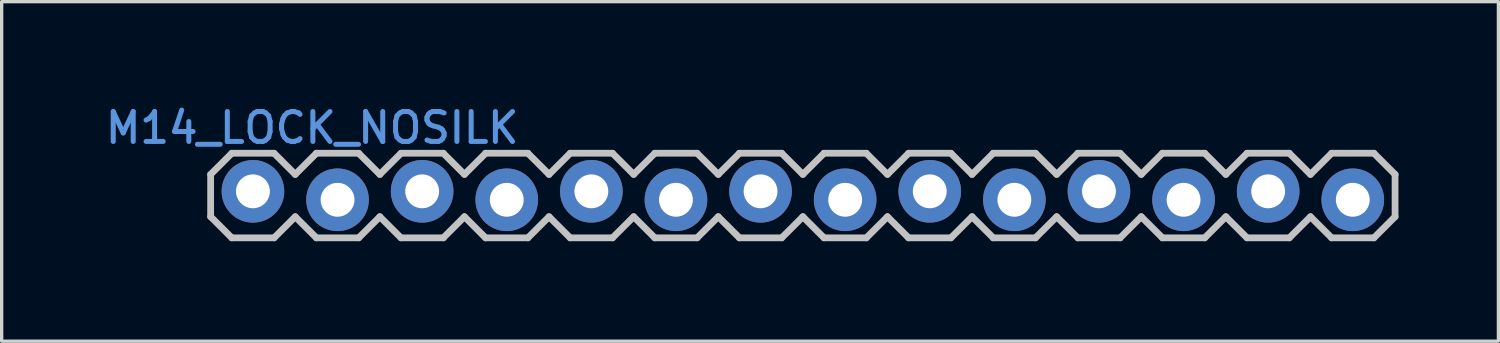
<source format=kicad_pcb>
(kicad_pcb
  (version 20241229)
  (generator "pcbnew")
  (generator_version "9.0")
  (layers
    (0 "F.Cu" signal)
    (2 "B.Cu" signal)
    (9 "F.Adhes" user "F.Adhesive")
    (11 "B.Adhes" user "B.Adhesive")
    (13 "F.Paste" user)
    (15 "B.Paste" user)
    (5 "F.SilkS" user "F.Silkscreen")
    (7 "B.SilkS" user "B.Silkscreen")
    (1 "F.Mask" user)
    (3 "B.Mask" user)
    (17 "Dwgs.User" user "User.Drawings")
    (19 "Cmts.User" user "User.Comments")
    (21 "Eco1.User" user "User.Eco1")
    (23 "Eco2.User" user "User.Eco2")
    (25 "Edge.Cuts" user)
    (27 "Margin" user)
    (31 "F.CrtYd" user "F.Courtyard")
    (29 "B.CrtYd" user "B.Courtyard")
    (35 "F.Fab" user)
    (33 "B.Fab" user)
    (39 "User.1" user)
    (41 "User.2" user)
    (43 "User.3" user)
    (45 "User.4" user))
  (footprint "M14_LOCK_NOSILK"
    (layer "F.Cu")
    (at 4.544 2.821)
    (property "Reference" "M14_LOCK_NOSILK" (at 1.778 -2.032 0) (layer "Cmts.User") (effects (font (size 0.899 0.899) (thickness 0.15))))
    (attr exclude_from_pos_files exclude_from_bom)
    (fp_line (start -1.27 -0.635) (end -1.27 0.635) (stroke (width 0.203) (type solid)) (layer "Dwgs.User"))
    (fp_line (start -1.27 0.635) (end -0.635 1.27) (stroke (width 0.203) (type solid)) (layer "Dwgs.User"))
    (fp_line (start -0.635 -1.27) (end -1.27 -0.635) (stroke (width 0.203) (type solid)) (layer "Dwgs.User"))
    (fp_line (start -0.635 -1.27) (end 0.635 -1.27) (stroke (width 0.203) (type solid)) (layer "Dwgs.User"))
    (fp_line (start -0.254 -0.254) (end 0.254 -0.254) (stroke (width 0.066) (type solid)) (layer "Dwgs.User"))
    (fp_line (start -0.254 0.254) (end -0.254 -0.254) (stroke (width 0.066) (type solid)) (layer "Dwgs.User"))
    (fp_line (start -0.254 0.254) (end 0.254 0.254) (stroke (width 0.066) (type solid)) (layer "Dwgs.User"))
    (fp_line (start 0.254 0.254) (end 0.254 -0.254) (stroke (width 0.066) (type solid)) (layer "Dwgs.User"))
    (fp_line (start 0.635 -1.27) (end 1.27 -0.635) (stroke (width 0.203) (type solid)) (layer "Dwgs.User"))
    (fp_line (start 0.635 1.27) (end -0.635 1.27) (stroke (width 0.203) (type solid)) (layer "Dwgs.User"))
    (fp_line (start 1.27 -0.635) (end 1.905 -1.27) (stroke (width 0.203) (type solid)) (layer "Dwgs.User"))
    (fp_line (start 1.27 0.635) (end 0.635 1.27) (stroke (width 0.203) (type solid)) (layer "Dwgs.User"))
    (fp_line (start 1.905 -1.27) (end 3.175 -1.27) (stroke (width 0.203) (type solid)) (layer "Dwgs.User"))
    (fp_line (start 1.905 1.27) (end 1.27 0.635) (stroke (width 0.203) (type solid)) (layer "Dwgs.User"))
    (fp_line (start 2.286 -0.254) (end 2.794 -0.254) (stroke (width 0.066) (type solid)) (layer "Dwgs.User"))
    (fp_line (start 2.286 0.254) (end 2.286 -0.254) (stroke (width 0.066) (type solid)) (layer "Dwgs.User"))
    (fp_line (start 2.286 0.254) (end 2.794 0.254) (stroke (width 0.066) (type solid)) (layer "Dwgs.User"))
    (fp_line (start 2.794 0.254) (end 2.794 -0.254) (stroke (width 0.066) (type solid)) (layer "Dwgs.User"))
    (fp_line (start 3.175 -1.27) (end 3.81 -0.635) (stroke (width 0.203) (type solid)) (layer "Dwgs.User"))
    (fp_line (start 3.175 1.27) (end 1.905 1.27) (stroke (width 0.203) (type solid)) (layer "Dwgs.User"))
    (fp_line (start 3.81 -0.635) (end 4.445 -1.27) (stroke (width 0.203) (type solid)) (layer "Dwgs.User"))
    (fp_line (start 3.81 0.635) (end 3.175 1.27) (stroke (width 0.203) (type solid)) (layer "Dwgs.User"))
    (fp_line (start 4.445 -1.27) (end 5.715 -1.27) (stroke (width 0.203) (type solid)) (layer "Dwgs.User"))
    (fp_line (start 4.445 1.27) (end 3.81 0.635) (stroke (width 0.203) (type solid)) (layer "Dwgs.User"))
    (fp_line (start 4.826 -0.254) (end 5.334 -0.254) (stroke (width 0.066) (type solid)) (layer "Dwgs.User"))
    (fp_line (start 4.826 0.254) (end 4.826 -0.254) (stroke (width 0.066) (type solid)) (layer "Dwgs.User"))
    (fp_line (start 4.826 0.254) (end 5.334 0.254) (stroke (width 0.066) (type solid)) (layer "Dwgs.User"))
    (fp_line (start 5.334 0.254) (end 5.334 -0.254) (stroke (width 0.066) (type solid)) (layer "Dwgs.User"))
    (fp_line (start 5.715 -1.27) (end 6.35 -0.635) (stroke (width 0.203) (type solid)) (layer "Dwgs.User"))
    (fp_line (start 5.715 1.27) (end 4.445 1.27) (stroke (width 0.203) (type solid)) (layer "Dwgs.User"))
    (fp_line (start 6.35 0.635) (end 5.715 1.27) (stroke (width 0.203) (type solid)) (layer "Dwgs.User"))
    (fp_line (start 6.35 0.635) (end 6.985 1.27) (stroke (width 0.203) (type solid)) (layer "Dwgs.User"))
    (fp_line (start 6.985 -1.27) (end 6.35 -0.635) (stroke (width 0.203) (type solid)) (layer "Dwgs.User"))
    (fp_line (start 6.985 -1.27) (end 8.255 -1.27) (stroke (width 0.203) (type solid)) (layer "Dwgs.User"))
    (fp_line (start 7.366 -0.254) (end 7.874 -0.254) (stroke (width 0.066) (type solid)) (layer "Dwgs.User"))
    (fp_line (start 7.366 0.254) (end 7.366 -0.254) (stroke (width 0.066) (type solid)) (layer "Dwgs.User"))
    (fp_line (start 7.366 0.254) (end 7.874 0.254) (stroke (width 0.066) (type solid)) (layer "Dwgs.User"))
    (fp_line (start 7.874 0.254) (end 7.874 -0.254) (stroke (width 0.066) (type solid)) (layer "Dwgs.User"))
    (fp_line (start 8.255 -1.27) (end 8.89 -0.635) (stroke (width 0.203) (type solid)) (layer "Dwgs.User"))
    (fp_line (start 8.255 1.27) (end 6.985 1.27) (stroke (width 0.203) (type solid)) (layer "Dwgs.User"))
    (fp_line (start 8.89 -0.635) (end 9.525 -1.27) (stroke (width 0.203) (type solid)) (layer "Dwgs.User"))
    (fp_line (start 8.89 0.635) (end 8.255 1.27) (stroke (width 0.203) (type solid)) (layer "Dwgs.User"))
    (fp_line (start 9.525 -1.27) (end 10.795 -1.27) (stroke (width 0.203) (type solid)) (layer "Dwgs.User"))
    (fp_line (start 9.525 1.27) (end 8.89 0.635) (stroke (width 0.203) (type solid)) (layer "Dwgs.User"))
    (fp_line (start 9.906 -0.254) (end 10.414 -0.254) (stroke (width 0.066) (type solid)) (layer "Dwgs.User"))
    (fp_line (start 9.906 0.254) (end 9.906 -0.254) (stroke (width 0.066) (type solid)) (layer "Dwgs.User"))
    (fp_line (start 9.906 0.254) (end 10.414 0.254) (stroke (width 0.066) (type solid)) (layer "Dwgs.User"))
    (fp_line (start 10.414 0.254) (end 10.414 -0.254) (stroke (width 0.066) (type solid)) (layer "Dwgs.User"))
    (fp_line (start 10.795 -1.27) (end 11.43 -0.635) (stroke (width 0.203) (type solid)) (layer "Dwgs.User"))
    (fp_line (start 10.795 1.27) (end 9.525 1.27) (stroke (width 0.203) (type solid)) (layer "Dwgs.User"))
    (fp_line (start 11.43 -0.635) (end 12.065 -1.27) (stroke (width 0.203) (type solid)) (layer "Dwgs.User"))
    (fp_line (start 11.43 0.635) (end 10.795 1.27) (stroke (width 0.203) (type solid)) (layer "Dwgs.User"))
    (fp_line (start 12.065 -1.27) (end 13.335 -1.27) (stroke (width 0.203) (type solid)) (layer "Dwgs.User"))
    (fp_line (start 12.065 1.27) (end 11.43 0.635) (stroke (width 0.203) (type solid)) (layer "Dwgs.User"))
    (fp_line (start 12.446 -0.254) (end 12.954 -0.254) (stroke (width 0.066) (type solid)) (layer "Dwgs.User"))
    (fp_line (start 12.446 0.254) (end 12.446 -0.254) (stroke (width 0.066) (type solid)) (layer "Dwgs.User"))
    (fp_line (start 12.446 0.254) (end 12.954 0.254) (stroke (width 0.066) (type solid)) (layer "Dwgs.User"))
    (fp_line (start 12.954 0.254) (end 12.954 -0.254) (stroke (width 0.066) (type solid)) (layer "Dwgs.User"))
    (fp_line (start 13.335 -1.27) (end 13.97 -0.635) (stroke (width 0.203) (type solid)) (layer "Dwgs.User"))
    (fp_line (start 13.335 1.27) (end 12.065 1.27) (stroke (width 0.203) (type solid)) (layer "Dwgs.User"))
    (fp_line (start 13.97 0.635) (end 13.335 1.27) (stroke (width 0.203) (type solid)) (layer "Dwgs.User"))
    (fp_line (start 13.97 0.635) (end 14.605 1.27) (stroke (width 0.203) (type solid)) (layer "Dwgs.User"))
    (fp_line (start 14.605 -1.27) (end 13.97 -0.635) (stroke (width 0.203) (type solid)) (layer "Dwgs.User"))
    (fp_line (start 14.605 -1.27) (end 15.875 -1.27) (stroke (width 0.203) (type solid)) (layer "Dwgs.User"))
    (fp_line (start 14.986 -0.254) (end 15.494 -0.254) (stroke (width 0.066) (type solid)) (layer "Dwgs.User"))
    (fp_line (start 14.986 0.254) (end 14.986 -0.254) (stroke (width 0.066) (type solid)) (layer "Dwgs.User"))
    (fp_line (start 14.986 0.254) (end 15.494 0.254) (stroke (width 0.066) (type solid)) (layer "Dwgs.User"))
    (fp_line (start 15.494 0.254) (end 15.494 -0.254) (stroke (width 0.066) (type solid)) (layer "Dwgs.User"))
    (fp_line (start 15.875 -1.27) (end 16.51 -0.635) (stroke (width 0.203) (type solid)) (layer "Dwgs.User"))
    (fp_line (start 15.875 1.27) (end 14.605 1.27) (stroke (width 0.203) (type solid)) (layer "Dwgs.User"))
    (fp_line (start 16.51 0.635) (end 15.875 1.27) (stroke (width 0.203) (type solid)) (layer "Dwgs.User"))
    (fp_line (start 16.51 0.635) (end 17.145 1.27) (stroke (width 0.203) (type solid)) (layer "Dwgs.User"))
    (fp_line (start 17.145 -1.27) (end 16.51 -0.635) (stroke (width 0.203) (type solid)) (layer "Dwgs.User"))
    (fp_line (start 17.145 -1.27) (end 18.415 -1.27) (stroke (width 0.203) (type solid)) (layer "Dwgs.User"))
    (fp_line (start 17.523 -0.254) (end 18.034 -0.254) (stroke (width 0.066) (type solid)) (layer "Dwgs.User"))
    (fp_line (start 17.523 0.254) (end 17.523 -0.254) (stroke (width 0.066) (type solid)) (layer "Dwgs.User"))
    (fp_line (start 17.523 0.254) (end 18.034 0.254) (stroke (width 0.066) (type solid)) (layer "Dwgs.User"))
    (fp_line (start 18.034 0.254) (end 18.034 -0.254) (stroke (width 0.066) (type solid)) (layer "Dwgs.User"))
    (fp_line (start 18.415 -1.27) (end 19.05 -0.635) (stroke (width 0.203) (type solid)) (layer "Dwgs.User"))
    (fp_line (start 18.415 1.27) (end 17.145 1.27) (stroke (width 0.203) (type solid)) (layer "Dwgs.User"))
    (fp_line (start 19.05 -0.635) (end 19.685 -1.27) (stroke (width 0.203) (type solid)) (layer "Dwgs.User"))
    (fp_line (start 19.05 0.635) (end 18.415 1.27) (stroke (width 0.203) (type solid)) (layer "Dwgs.User"))
    (fp_line (start 19.685 -1.27) (end 20.955 -1.27) (stroke (width 0.203) (type solid)) (layer "Dwgs.User"))
    (fp_line (start 19.685 1.27) (end 19.05 0.635) (stroke (width 0.203) (type solid)) (layer "Dwgs.User"))
    (fp_line (start 20.066 -0.254) (end 20.574 -0.254) (stroke (width 0.066) (type solid)) (layer "Dwgs.User"))
    (fp_line (start 20.066 0.254) (end 20.066 -0.254) (stroke (width 0.066) (type solid)) (layer "Dwgs.User"))
    (fp_line (start 20.066 0.254) (end 20.574 0.254) (stroke (width 0.066) (type solid)) (layer "Dwgs.User"))
    (fp_line (start 20.574 0.254) (end 20.574 -0.254) (stroke (width 0.066) (type solid)) (layer "Dwgs.User"))
    (fp_line (start 20.955 -1.27) (end 21.59 -0.635) (stroke (width 0.203) (type solid)) (layer "Dwgs.User"))
    (fp_line (start 20.955 1.27) (end 19.685 1.27) (stroke (width 0.203) (type solid)) (layer "Dwgs.User"))
    (fp_line (start 21.59 -0.635) (end 22.225 -1.27) (stroke (width 0.203) (type solid)) (layer "Dwgs.User"))
    (fp_line (start 21.59 0.635) (end 20.955 1.27) (stroke (width 0.203) (type solid)) (layer "Dwgs.User"))
    (fp_line (start 22.225 -1.27) (end 23.495 -1.27) (stroke (width 0.203) (type solid)) (layer "Dwgs.User"))
    (fp_line (start 22.225 1.27) (end 21.59 0.635) (stroke (width 0.203) (type solid)) (layer "Dwgs.User"))
    (fp_line (start 22.606 -0.254) (end 23.114 -0.254) (stroke (width 0.066) (type solid)) (layer "Dwgs.User"))
    (fp_line (start 22.606 0.254) (end 22.606 -0.254) (stroke (width 0.066) (type solid)) (layer "Dwgs.User"))
    (fp_line (start 22.606 0.254) (end 23.114 0.254) (stroke (width 0.066) (type solid)) (layer "Dwgs.User"))
    (fp_line (start 23.114 0.254) (end 23.114 -0.254) (stroke (width 0.066) (type solid)) (layer "Dwgs.User"))
    (fp_line (start 23.495 -1.27) (end 24.13 -0.635) (stroke (width 0.203) (type solid)) (layer "Dwgs.User"))
    (fp_line (start 23.495 1.27) (end 22.225 1.27) (stroke (width 0.203) (type solid)) (layer "Dwgs.User"))
    (fp_line (start 24.13 0.635) (end 23.495 1.27) (stroke (width 0.203) (type solid)) (layer "Dwgs.User"))
    (fp_line (start 24.13 0.635) (end 24.765 1.27) (stroke (width 0.203) (type solid)) (layer "Dwgs.User"))
    (fp_line (start 24.765 -1.27) (end 24.13 -0.635) (stroke (width 0.203) (type solid)) (layer "Dwgs.User"))
    (fp_line (start 24.765 -1.27) (end 26.035 -1.27) (stroke (width 0.203) (type solid)) (layer "Dwgs.User"))
    (fp_line (start 25.146 -0.254) (end 25.654 -0.254) (stroke (width 0.066) (type solid)) (layer "Dwgs.User"))
    (fp_line (start 25.146 0.254) (end 25.146 -0.254) (stroke (width 0.066) (type solid)) (layer "Dwgs.User"))
    (fp_line (start 25.146 0.254) (end 25.654 0.254) (stroke (width 0.066) (type solid)) (layer "Dwgs.User"))
    (fp_line (start 25.654 0.254) (end 25.654 -0.254) (stroke (width 0.066) (type solid)) (layer "Dwgs.User"))
    (fp_line (start 26.035 -1.27) (end 26.67 -0.635) (stroke (width 0.203) (type solid)) (layer "Dwgs.User"))
    (fp_line (start 26.035 1.27) (end 24.765 1.27) (stroke (width 0.203) (type solid)) (layer "Dwgs.User"))
    (fp_line (start 26.67 -0.635) (end 27.305 -1.27) (stroke (width 0.203) (type solid)) (layer "Dwgs.User"))
    (fp_line (start 26.67 0.635) (end 26.035 1.27) (stroke (width 0.203) (type solid)) (layer "Dwgs.User"))
    (fp_line (start 27.305 -1.27) (end 28.575 -1.27) (stroke (width 0.203) (type solid)) (layer "Dwgs.User"))
    (fp_line (start 27.305 1.27) (end 26.67 0.635) (stroke (width 0.203) (type solid)) (layer "Dwgs.User"))
    (fp_line (start 27.686 -0.254) (end 28.194 -0.254) (stroke (width 0.066) (type solid)) (layer "Dwgs.User"))
    (fp_line (start 27.686 0.254) (end 27.686 -0.254) (stroke (width 0.066) (type solid)) (layer "Dwgs.User"))
    (fp_line (start 27.686 0.254) (end 28.194 0.254) (stroke (width 0.066) (type solid)) (layer "Dwgs.User"))
    (fp_line (start 28.194 0.254) (end 28.194 -0.254) (stroke (width 0.066) (type solid)) (layer "Dwgs.User"))
    (fp_line (start 28.575 -1.27) (end 29.21 -0.635) (stroke (width 0.203) (type solid)) (layer "Dwgs.User"))
    (fp_line (start 28.575 1.27) (end 27.305 1.27) (stroke (width 0.203) (type solid)) (layer "Dwgs.User"))
    (fp_line (start 29.21 -0.635) (end 29.845 -1.27) (stroke (width 0.203) (type solid)) (layer "Dwgs.User"))
    (fp_line (start 29.21 0.635) (end 28.575 1.27) (stroke (width 0.203) (type solid)) (layer "Dwgs.User"))
    (fp_line (start 29.845 -1.27) (end 31.115 -1.27) (stroke (width 0.203) (type solid)) (layer "Dwgs.User"))
    (fp_line (start 29.845 1.27) (end 29.21 0.635) (stroke (width 0.203) (type solid)) (layer "Dwgs.User"))
    (fp_line (start 30.226 -0.254) (end 30.734 -0.254) (stroke (width 0.066) (type solid)) (layer "Dwgs.User"))
    (fp_line (start 30.226 0.254) (end 30.226 -0.254) (stroke (width 0.066) (type solid)) (layer "Dwgs.User"))
    (fp_line (start 30.226 0.254) (end 30.734 0.254) (stroke (width 0.066) (type solid)) (layer "Dwgs.User"))
    (fp_line (start 30.734 0.254) (end 30.734 -0.254) (stroke (width 0.066) (type solid)) (layer "Dwgs.User"))
    (fp_line (start 31.115 -1.27) (end 31.75 -0.635) (stroke (width 0.203) (type solid)) (layer "Dwgs.User"))
    (fp_line (start 31.115 1.27) (end 29.845 1.27) (stroke (width 0.203) (type solid)) (layer "Dwgs.User"))
    (fp_line (start 31.75 0.635) (end 31.115 1.27) (stroke (width 0.203) (type solid)) (layer "Dwgs.User"))
    (fp_line (start 31.75 0.635) (end 32.385 1.27) (stroke (width 0.203) (type solid)) (layer "Dwgs.User"))
    (fp_line (start 32.385 -1.27) (end 31.75 -0.635) (stroke (width 0.203) (type solid)) (layer "Dwgs.User"))
    (fp_line (start 32.385 -1.27) (end 33.655 -1.27) (stroke (width 0.203) (type solid)) (layer "Dwgs.User"))
    (fp_line (start 32.766 -0.254) (end 33.274 -0.254) (stroke (width 0.066) (type solid)) (layer "Dwgs.User"))
    (fp_line (start 32.766 0.254) (end 32.766 -0.254) (stroke (width 0.066) (type solid)) (layer "Dwgs.User"))
    (fp_line (start 32.766 0.254) (end 33.274 0.254) (stroke (width 0.066) (type solid)) (layer "Dwgs.User"))
    (fp_line (start 33.274 0.254) (end 33.274 -0.254) (stroke (width 0.066) (type solid)) (layer "Dwgs.User"))
    (fp_line (start 33.655 -1.27) (end 34.29 -0.635) (stroke (width 0.203) (type solid)) (layer "Dwgs.User"))
    (fp_line (start 33.655 1.27) (end 32.385 1.27) (stroke (width 0.203) (type solid)) (layer "Dwgs.User"))
    (fp_line (start 34.29 -0.635) (end 34.29 0.635) (stroke (width 0.203) (type solid)) (layer "Dwgs.User"))
    (fp_line (start 34.29 0.635) (end 33.655 1.27) (stroke (width 0.203) (type solid)) (layer "Dwgs.User"))
    (pad "1" thru_hole circle (at 0 -0.127) (size 1.88 1.88) (drill 1.016) (layers "*.Cu" "*.Mask"))
    (pad "2" thru_hole circle (at 2.54 0.127) (size 1.88 1.88) (drill 1.016) (layers "*.Cu" "*.Mask"))
    (pad "3" thru_hole circle (at 5.08 -0.127) (size 1.88 1.88) (drill 1.016) (layers "*.Cu" "*.Mask"))
    (pad "4" thru_hole circle (at 7.62 0.127) (size 1.88 1.88) (drill 1.016) (layers "*.Cu" "*.Mask"))
    (pad "5" thru_hole circle (at 10.16 -0.127) (size 1.88 1.88) (drill 1.016) (layers "*.Cu" "*.Mask"))
    (pad "6" thru_hole circle (at 12.7 0.127) (size 1.88 1.88) (drill 1.016) (layers "*.Cu" "*.Mask"))
    (pad "7" thru_hole circle (at 15.24 -0.127) (size 1.88 1.88) (drill 1.016) (layers "*.Cu" "*.Mask"))
    (pad "8" thru_hole circle (at 17.78 0.127) (size 1.88 1.88) (drill 1.016) (layers "*.Cu" "*.Mask"))
    (pad "9" thru_hole circle (at 20.32 -0.127) (size 1.88 1.88) (drill 1.016) (layers "*.Cu" "*.Mask"))
    (pad "10" thru_hole circle (at 22.86 0.127) (size 1.88 1.88) (drill 1.016) (layers "*.Cu" "*.Mask"))
    (pad "11" thru_hole circle (at 25.4 -0.127) (size 1.88 1.88) (drill 1.016) (layers "*.Cu" "*.Mask"))
    (pad "12" thru_hole circle (at 27.94 0.127) (size 1.88 1.88) (drill 1.016) (layers "*.Cu" "*.Mask"))
    (pad "13" thru_hole circle (at 30.48 -0.127) (size 1.88 1.88) (drill 1.016) (layers "*.Cu" "*.Mask"))
    (pad "14" thru_hole circle (at 33.02 0.127) (size 1.88 1.88) (drill 1.016) (layers "*.Cu" "*.Mask")))
  (gr_rect
    (start -3 -3)
    (end 41.936 7.193)
    (stroke (width 0.1) (type default))
    (fill no)
    (layer "Edge.Cuts")))
</source>
